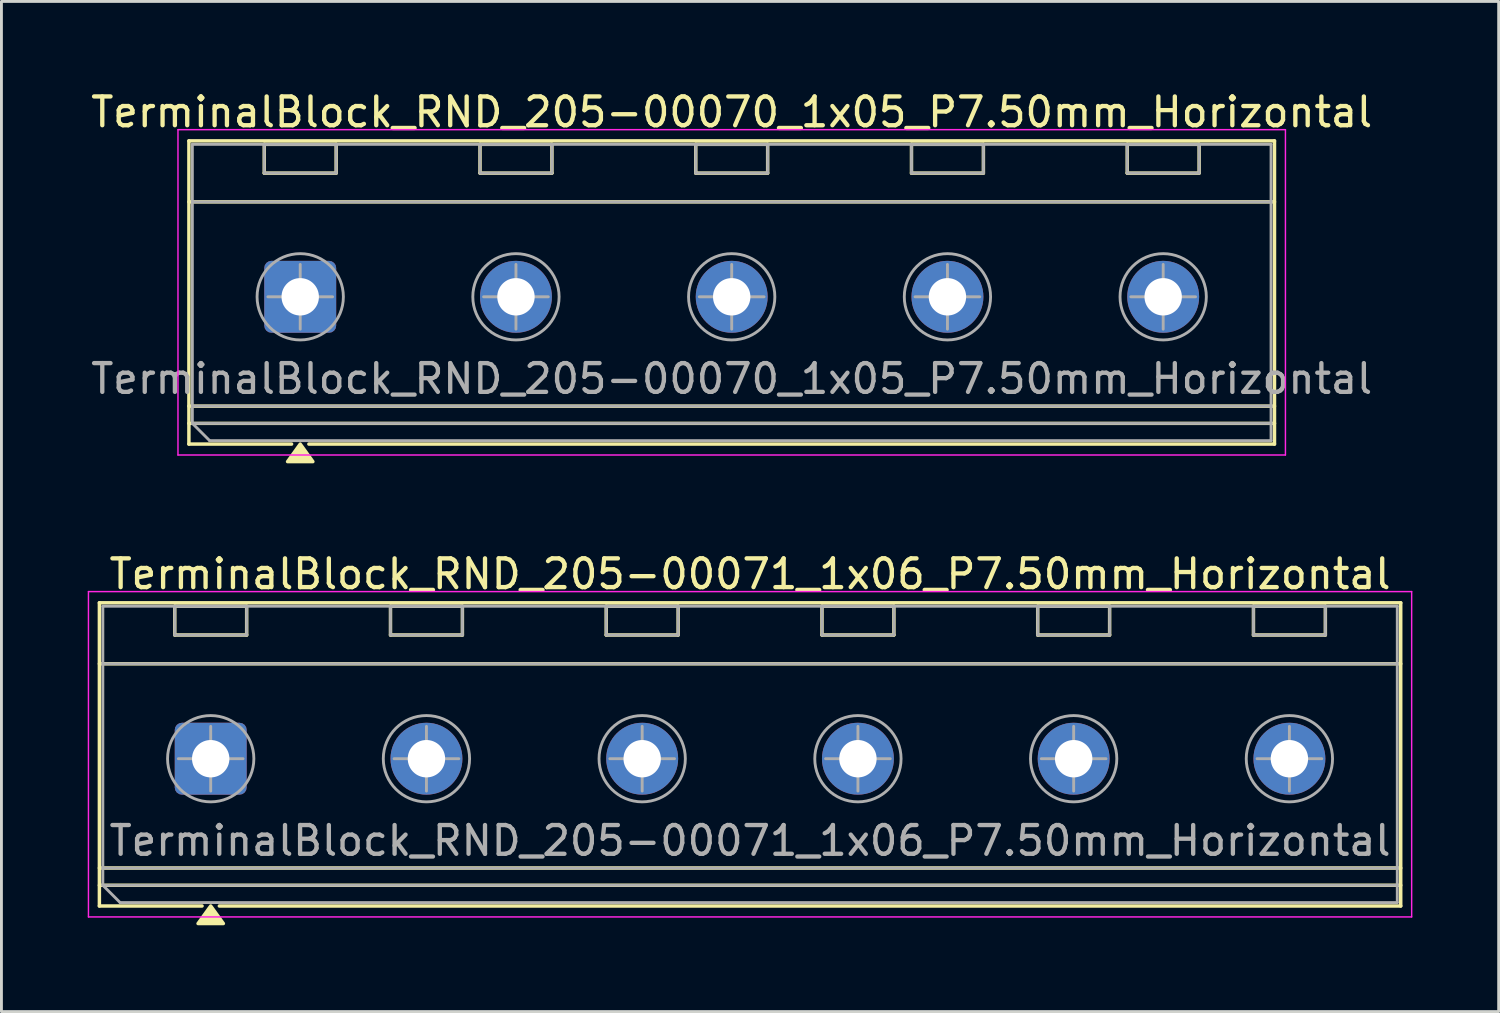
<source format=kicad_pcb>
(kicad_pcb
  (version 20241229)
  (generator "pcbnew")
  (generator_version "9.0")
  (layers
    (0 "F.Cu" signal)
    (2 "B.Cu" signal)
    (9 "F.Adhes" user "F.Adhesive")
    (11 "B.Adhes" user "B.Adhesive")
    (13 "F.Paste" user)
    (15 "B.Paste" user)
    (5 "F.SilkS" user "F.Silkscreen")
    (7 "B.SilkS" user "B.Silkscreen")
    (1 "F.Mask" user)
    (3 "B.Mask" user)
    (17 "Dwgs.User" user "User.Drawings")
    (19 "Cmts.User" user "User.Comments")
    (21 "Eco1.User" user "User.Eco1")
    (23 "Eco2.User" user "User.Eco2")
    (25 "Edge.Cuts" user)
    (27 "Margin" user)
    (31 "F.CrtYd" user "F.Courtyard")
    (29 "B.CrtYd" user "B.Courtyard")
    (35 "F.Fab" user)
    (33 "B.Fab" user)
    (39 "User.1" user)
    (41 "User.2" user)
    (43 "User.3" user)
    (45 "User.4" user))
  (footprint "TerminalBlock_RND_205-00070_1x05_P7.50mm_Horizontal"
    (layer "F.Cu")
    (at 7.387 7.268)
    (property "Reference" "TerminalBlock_RND_205-00070_1x05_P7.50mm_Horizontal" (at 15 -6.42 0) (layer "F.SilkS") (effects (font (size 1 1) (thickness 0.15))))
    (attr through_hole)
    (fp_line (start -3.87 -5.42) (end -3.87 5.12) (stroke (width 0.12) (type solid)) (layer "F.SilkS"))
    (fp_line (start -3.87 -5.42) (end 33.87 -5.42) (stroke (width 0.12) (type solid)) (layer "F.SilkS"))
    (fp_line (start -3.87 -3.3) (end 33.87 -3.3) (stroke (width 0.12) (type solid)) (layer "F.SilkS"))
    (fp_line (start -3.87 3.8) (end 33.87 3.8) (stroke (width 0.12) (type solid)) (layer "F.SilkS"))
    (fp_line (start -3.87 4.4) (end 33.87 4.4) (stroke (width 0.12) (type solid)) (layer "F.SilkS"))
    (fp_line (start -3.87 5.12) (end -0.3 5.12) (stroke (width 0.12) (type solid)) (layer "F.SilkS"))
    (fp_line (start -1.25 -5.3) (end -1.25 -4.3) (stroke (width 0.12) (type solid)) (layer "F.SilkS"))
    (fp_line (start -1.25 -5.3) (end 1.25 -5.3) (stroke (width 0.12) (type solid)) (layer "F.SilkS"))
    (fp_line (start -1.25 -4.3) (end 1.25 -4.3) (stroke (width 0.12) (type solid)) (layer "F.SilkS"))
    (fp_line (start 0.3 5.12) (end 33.87 5.12) (stroke (width 0.12) (type solid)) (layer "F.SilkS"))
    (fp_line (start 1.25 -5.3) (end 1.25 -4.3) (stroke (width 0.12) (type solid)) (layer "F.SilkS"))
    (fp_line (start 6.25 -5.3) (end 6.25 -4.3) (stroke (width 0.12) (type solid)) (layer "F.SilkS"))
    (fp_line (start 6.25 -5.3) (end 8.75 -5.3) (stroke (width 0.12) (type solid)) (layer "F.SilkS"))
    (fp_line (start 6.25 -4.3) (end 8.75 -4.3) (stroke (width 0.12) (type solid)) (layer "F.SilkS"))
    (fp_line (start 8.75 -5.3) (end 8.75 -4.3) (stroke (width 0.12) (type solid)) (layer "F.SilkS"))
    (fp_line (start 13.75 -5.3) (end 13.75 -4.3) (stroke (width 0.12) (type solid)) (layer "F.SilkS"))
    (fp_line (start 13.75 -5.3) (end 16.25 -5.3) (stroke (width 0.12) (type solid)) (layer "F.SilkS"))
    (fp_line (start 13.75 -4.3) (end 16.25 -4.3) (stroke (width 0.12) (type solid)) (layer "F.SilkS"))
    (fp_line (start 16.25 -5.3) (end 16.25 -4.3) (stroke (width 0.12) (type solid)) (layer "F.SilkS"))
    (fp_line (start 21.25 -5.3) (end 21.25 -4.3) (stroke (width 0.12) (type solid)) (layer "F.SilkS"))
    (fp_line (start 21.25 -5.3) (end 23.75 -5.3) (stroke (width 0.12) (type solid)) (layer "F.SilkS"))
    (fp_line (start 21.25 -4.3) (end 23.75 -4.3) (stroke (width 0.12) (type solid)) (layer "F.SilkS"))
    (fp_line (start 23.75 -5.3) (end 23.75 -4.3) (stroke (width 0.12) (type solid)) (layer "F.SilkS"))
    (fp_line (start 28.75 -5.3) (end 28.75 -4.3) (stroke (width 0.12) (type solid)) (layer "F.SilkS"))
    (fp_line (start 28.75 -5.3) (end 31.25 -5.3) (stroke (width 0.12) (type solid)) (layer "F.SilkS"))
    (fp_line (start 28.75 -4.3) (end 31.25 -4.3) (stroke (width 0.12) (type solid)) (layer "F.SilkS"))
    (fp_line (start 31.25 -5.3) (end 31.25 -4.3) (stroke (width 0.12) (type solid)) (layer "F.SilkS"))
    (fp_line (start 33.87 -5.42) (end 33.87 5.12) (stroke (width 0.12) (type solid)) (layer "F.SilkS"))
    (fp_poly (pts (xy 0 5.12) (xy 0.44 5.73) (xy -0.44 5.73)) (stroke (width 0.12) (type solid)) (fill yes) (layer "F.SilkS"))
    (fp_line (start -4.25 -5.81) (end -4.25 5.5) (stroke (width 0.05) (type solid)) (layer "F.CrtYd"))
    (fp_line (start -4.25 5.5) (end 34.25 5.5) (stroke (width 0.05) (type solid)) (layer "F.CrtYd"))
    (fp_line (start 34.25 -5.81) (end -4.25 -5.81) (stroke (width 0.05) (type solid)) (layer "F.CrtYd"))
    (fp_line (start 34.25 5.5) (end 34.25 -5.81) (stroke (width 0.05) (type solid)) (layer "F.CrtYd"))
    (fp_line (start -3.75 -5.3) (end 33.75 -5.3) (stroke (width 0.1) (type solid)) (layer "F.Fab"))
    (fp_line (start -3.75 -3.3) (end 33.75 -3.3) (stroke (width 0.1) (type solid)) (layer "F.Fab"))
    (fp_line (start -3.75 3.8) (end 33.75 3.8) (stroke (width 0.1) (type solid)) (layer "F.Fab"))
    (fp_line (start -3.75 4.4) (end -3.75 -5.3) (stroke (width 0.1) (type solid)) (layer "F.Fab"))
    (fp_line (start -3.75 4.4) (end 33.75 4.4) (stroke (width 0.1) (type solid)) (layer "F.Fab"))
    (fp_line (start -3.15 5) (end -3.75 4.4) (stroke (width 0.1) (type solid)) (layer "F.Fab"))
    (fp_line (start -1.25 -5.3) (end -1.25 -4.3) (stroke (width 0.1) (type solid)) (layer "F.Fab"))
    (fp_line (start -1.25 -4.3) (end 1.25 -4.3) (stroke (width 0.1) (type solid)) (layer "F.Fab"))
    (fp_line (start -1.125 0) (end 1.125 0) (stroke (width 0.1) (type solid)) (layer "F.Fab"))
    (fp_line (start 0 -1.125) (end 0 1.125) (stroke (width 0.1) (type solid)) (layer "F.Fab"))
    (fp_line (start 1.25 -5.3) (end -1.25 -5.3) (stroke (width 0.1) (type solid)) (layer "F.Fab"))
    (fp_line (start 1.25 -4.3) (end 1.25 -5.3) (stroke (width 0.1) (type solid)) (layer "F.Fab"))
    (fp_line (start 6.25 -5.3) (end 6.25 -4.3) (stroke (width 0.1) (type solid)) (layer "F.Fab"))
    (fp_line (start 6.25 -4.3) (end 8.75 -4.3) (stroke (width 0.1) (type solid)) (layer "F.Fab"))
    (fp_line (start 6.375 0) (end 8.625 0) (stroke (width 0.1) (type solid)) (layer "F.Fab"))
    (fp_line (start 7.5 -1.125) (end 7.5 1.125) (stroke (width 0.1) (type solid)) (layer "F.Fab"))
    (fp_line (start 8.75 -5.3) (end 6.25 -5.3) (stroke (width 0.1) (type solid)) (layer "F.Fab"))
    (fp_line (start 8.75 -4.3) (end 8.75 -5.3) (stroke (width 0.1) (type solid)) (layer "F.Fab"))
    (fp_line (start 13.75 -5.3) (end 13.75 -4.3) (stroke (width 0.1) (type solid)) (layer "F.Fab"))
    (fp_line (start 13.75 -4.3) (end 16.25 -4.3) (stroke (width 0.1) (type solid)) (layer "F.Fab"))
    (fp_line (start 13.875 0) (end 16.125 0) (stroke (width 0.1) (type solid)) (layer "F.Fab"))
    (fp_line (start 15 -1.125) (end 15 1.125) (stroke (width 0.1) (type solid)) (layer "F.Fab"))
    (fp_line (start 16.25 -5.3) (end 13.75 -5.3) (stroke (width 0.1) (type solid)) (layer "F.Fab"))
    (fp_line (start 16.25 -4.3) (end 16.25 -5.3) (stroke (width 0.1) (type solid)) (layer "F.Fab"))
    (fp_line (start 21.25 -5.3) (end 21.25 -4.3) (stroke (width 0.1) (type solid)) (layer "F.Fab"))
    (fp_line (start 21.25 -4.3) (end 23.75 -4.3) (stroke (width 0.1) (type solid)) (layer "F.Fab"))
    (fp_line (start 21.375 0) (end 23.625 0) (stroke (width 0.1) (type solid)) (layer "F.Fab"))
    (fp_line (start 22.5 -1.125) (end 22.5 1.125) (stroke (width 0.1) (type solid)) (layer "F.Fab"))
    (fp_line (start 23.75 -5.3) (end 21.25 -5.3) (stroke (width 0.1) (type solid)) (layer "F.Fab"))
    (fp_line (start 23.75 -4.3) (end 23.75 -5.3) (stroke (width 0.1) (type solid)) (layer "F.Fab"))
    (fp_line (start 28.75 -5.3) (end 28.75 -4.3) (stroke (width 0.1) (type solid)) (layer "F.Fab"))
    (fp_line (start 28.75 -4.3) (end 31.25 -4.3) (stroke (width 0.1) (type solid)) (layer "F.Fab"))
    (fp_line (start 28.875 0) (end 31.125 0) (stroke (width 0.1) (type solid)) (layer "F.Fab"))
    (fp_line (start 30 -1.125) (end 30 1.125) (stroke (width 0.1) (type solid)) (layer "F.Fab"))
    (fp_line (start 31.25 -5.3) (end 28.75 -5.3) (stroke (width 0.1) (type solid)) (layer "F.Fab"))
    (fp_line (start 31.25 -4.3) (end 31.25 -5.3) (stroke (width 0.1) (type solid)) (layer "F.Fab"))
    (fp_line (start 33.75 -5.3) (end 33.75 5) (stroke (width 0.1) (type solid)) (layer "F.Fab"))
    (fp_line (start 33.75 5) (end -3.15 5) (stroke (width 0.1) (type solid)) (layer "F.Fab"))
    (fp_circle (center 0 0) (end 1.5 0) (stroke (width 0.1) (type solid)) (fill no) (layer "F.Fab"))
    (fp_circle (center 7.5 0) (end 9 0) (stroke (width 0.1) (type solid)) (fill no) (layer "F.Fab"))
    (fp_circle (center 15 0) (end 16.5 0) (stroke (width 0.1) (type solid)) (fill no) (layer "F.Fab"))
    (fp_circle (center 22.5 0) (end 24 0) (stroke (width 0.1) (type solid)) (fill no) (layer "F.Fab"))
    (fp_circle (center 30 0) (end 31.5 0) (stroke (width 0.1) (type solid)) (fill no) (layer "F.Fab"))
    (fp_text user "${REFERENCE}" (at 15 2.85 0) (layer "F.Fab") (effects (font (size 1 1) (thickness 0.15))))
    (pad "1" thru_hole roundrect (at 0 0) (size 2.5 2.5) (drill 1.3) (layers "*.Cu" "*.Mask") (roundrect_rratio 0.1))
    (pad "2" thru_hole circle (at 7.5 0) (size 2.5 2.5) (drill 1.3) (layers "*.Cu" "*.Mask"))
    (pad "3" thru_hole circle (at 15 0) (size 2.5 2.5) (drill 1.3) (layers "*.Cu" "*.Mask"))
    (pad "4" thru_hole circle (at 22.5 0) (size 2.5 2.5) (drill 1.3) (layers "*.Cu" "*.Mask"))
    (pad "5" thru_hole circle (at 30 0) (size 2.5 2.5) (drill 1.3) (layers "*.Cu" "*.Mask")))
  (footprint "TerminalBlock_RND_205-00071_1x06_P7.50mm_Horizontal"
    (layer "F.Cu")
    (at 4.275 23.326)
    (property "Reference" "TerminalBlock_RND_205-00071_1x06_P7.50mm_Horizontal" (at 18.75 -6.42 0) (layer "F.SilkS") (effects (font (size 1 1) (thickness 0.15))))
    (attr through_hole)
    (fp_line (start -3.87 -5.42) (end -3.87 5.12) (stroke (width 0.12) (type solid)) (layer "F.SilkS"))
    (fp_line (start -3.87 -5.42) (end 41.37 -5.42) (stroke (width 0.12) (type solid)) (layer "F.SilkS"))
    (fp_line (start -3.87 -3.3) (end 41.37 -3.3) (stroke (width 0.12) (type solid)) (layer "F.SilkS"))
    (fp_line (start -3.87 3.8) (end 41.37 3.8) (stroke (width 0.12) (type solid)) (layer "F.SilkS"))
    (fp_line (start -3.87 4.4) (end 41.37 4.4) (stroke (width 0.12) (type solid)) (layer "F.SilkS"))
    (fp_line (start -3.87 5.12) (end -0.3 5.12) (stroke (width 0.12) (type solid)) (layer "F.SilkS"))
    (fp_line (start -1.25 -5.3) (end -1.25 -4.3) (stroke (width 0.12) (type solid)) (layer "F.SilkS"))
    (fp_line (start -1.25 -5.3) (end 1.25 -5.3) (stroke (width 0.12) (type solid)) (layer "F.SilkS"))
    (fp_line (start -1.25 -4.3) (end 1.25 -4.3) (stroke (width 0.12) (type solid)) (layer "F.SilkS"))
    (fp_line (start 0.3 5.12) (end 41.37 5.12) (stroke (width 0.12) (type solid)) (layer "F.SilkS"))
    (fp_line (start 1.25 -5.3) (end 1.25 -4.3) (stroke (width 0.12) (type solid)) (layer "F.SilkS"))
    (fp_line (start 6.25 -5.3) (end 6.25 -4.3) (stroke (width 0.12) (type solid)) (layer "F.SilkS"))
    (fp_line (start 6.25 -5.3) (end 8.75 -5.3) (stroke (width 0.12) (type solid)) (layer "F.SilkS"))
    (fp_line (start 6.25 -4.3) (end 8.75 -4.3) (stroke (width 0.12) (type solid)) (layer "F.SilkS"))
    (fp_line (start 8.75 -5.3) (end 8.75 -4.3) (stroke (width 0.12) (type solid)) (layer "F.SilkS"))
    (fp_line (start 13.75 -5.3) (end 13.75 -4.3) (stroke (width 0.12) (type solid)) (layer "F.SilkS"))
    (fp_line (start 13.75 -5.3) (end 16.25 -5.3) (stroke (width 0.12) (type solid)) (layer "F.SilkS"))
    (fp_line (start 13.75 -4.3) (end 16.25 -4.3) (stroke (width 0.12) (type solid)) (layer "F.SilkS"))
    (fp_line (start 16.25 -5.3) (end 16.25 -4.3) (stroke (width 0.12) (type solid)) (layer "F.SilkS"))
    (fp_line (start 21.25 -5.3) (end 21.25 -4.3) (stroke (width 0.12) (type solid)) (layer "F.SilkS"))
    (fp_line (start 21.25 -5.3) (end 23.75 -5.3) (stroke (width 0.12) (type solid)) (layer "F.SilkS"))
    (fp_line (start 21.25 -4.3) (end 23.75 -4.3) (stroke (width 0.12) (type solid)) (layer "F.SilkS"))
    (fp_line (start 23.75 -5.3) (end 23.75 -4.3) (stroke (width 0.12) (type solid)) (layer "F.SilkS"))
    (fp_line (start 28.75 -5.3) (end 28.75 -4.3) (stroke (width 0.12) (type solid)) (layer "F.SilkS"))
    (fp_line (start 28.75 -5.3) (end 31.25 -5.3) (stroke (width 0.12) (type solid)) (layer "F.SilkS"))
    (fp_line (start 28.75 -4.3) (end 31.25 -4.3) (stroke (width 0.12) (type solid)) (layer "F.SilkS"))
    (fp_line (start 31.25 -5.3) (end 31.25 -4.3) (stroke (width 0.12) (type solid)) (layer "F.SilkS"))
    (fp_line (start 36.25 -5.3) (end 36.25 -4.3) (stroke (width 0.12) (type solid)) (layer "F.SilkS"))
    (fp_line (start 36.25 -5.3) (end 38.75 -5.3) (stroke (width 0.12) (type solid)) (layer "F.SilkS"))
    (fp_line (start 36.25 -4.3) (end 38.75 -4.3) (stroke (width 0.12) (type solid)) (layer "F.SilkS"))
    (fp_line (start 38.75 -5.3) (end 38.75 -4.3) (stroke (width 0.12) (type solid)) (layer "F.SilkS"))
    (fp_line (start 41.37 -5.42) (end 41.37 5.12) (stroke (width 0.12) (type solid)) (layer "F.SilkS"))
    (fp_poly (pts (xy 0 5.12) (xy 0.44 5.73) (xy -0.44 5.73)) (stroke (width 0.12) (type solid)) (fill yes) (layer "F.SilkS"))
    (fp_line (start -4.25 -5.81) (end -4.25 5.5) (stroke (width 0.05) (type solid)) (layer "F.CrtYd"))
    (fp_line (start -4.25 5.5) (end 41.75 5.5) (stroke (width 0.05) (type solid)) (layer "F.CrtYd"))
    (fp_line (start 41.75 -5.81) (end -4.25 -5.81) (stroke (width 0.05) (type solid)) (layer "F.CrtYd"))
    (fp_line (start 41.75 5.5) (end 41.75 -5.81) (stroke (width 0.05) (type solid)) (layer "F.CrtYd"))
    (fp_line (start -3.75 -5.3) (end 41.25 -5.3) (stroke (width 0.1) (type solid)) (layer "F.Fab"))
    (fp_line (start -3.75 -3.3) (end 41.25 -3.3) (stroke (width 0.1) (type solid)) (layer "F.Fab"))
    (fp_line (start -3.75 3.8) (end 41.25 3.8) (stroke (width 0.1) (type solid)) (layer "F.Fab"))
    (fp_line (start -3.75 4.4) (end -3.75 -5.3) (stroke (width 0.1) (type solid)) (layer "F.Fab"))
    (fp_line (start -3.75 4.4) (end 41.25 4.4) (stroke (width 0.1) (type solid)) (layer "F.Fab"))
    (fp_line (start -3.15 5) (end -3.75 4.4) (stroke (width 0.1) (type solid)) (layer "F.Fab"))
    (fp_line (start -1.25 -5.3) (end -1.25 -4.3) (stroke (width 0.1) (type solid)) (layer "F.Fab"))
    (fp_line (start -1.25 -4.3) (end 1.25 -4.3) (stroke (width 0.1) (type solid)) (layer "F.Fab"))
    (fp_line (start -1.125 0) (end 1.125 0) (stroke (width 0.1) (type solid)) (layer "F.Fab"))
    (fp_line (start 0 -1.125) (end 0 1.125) (stroke (width 0.1) (type solid)) (layer "F.Fab"))
    (fp_line (start 1.25 -5.3) (end -1.25 -5.3) (stroke (width 0.1) (type solid)) (layer "F.Fab"))
    (fp_line (start 1.25 -4.3) (end 1.25 -5.3) (stroke (width 0.1) (type solid)) (layer "F.Fab"))
    (fp_line (start 6.25 -5.3) (end 6.25 -4.3) (stroke (width 0.1) (type solid)) (layer "F.Fab"))
    (fp_line (start 6.25 -4.3) (end 8.75 -4.3) (stroke (width 0.1) (type solid)) (layer "F.Fab"))
    (fp_line (start 6.375 0) (end 8.625 0) (stroke (width 0.1) (type solid)) (layer "F.Fab"))
    (fp_line (start 7.5 -1.125) (end 7.5 1.125) (stroke (width 0.1) (type solid)) (layer "F.Fab"))
    (fp_line (start 8.75 -5.3) (end 6.25 -5.3) (stroke (width 0.1) (type solid)) (layer "F.Fab"))
    (fp_line (start 8.75 -4.3) (end 8.75 -5.3) (stroke (width 0.1) (type solid)) (layer "F.Fab"))
    (fp_line (start 13.75 -5.3) (end 13.75 -4.3) (stroke (width 0.1) (type solid)) (layer "F.Fab"))
    (fp_line (start 13.75 -4.3) (end 16.25 -4.3) (stroke (width 0.1) (type solid)) (layer "F.Fab"))
    (fp_line (start 13.875 0) (end 16.125 0) (stroke (width 0.1) (type solid)) (layer "F.Fab"))
    (fp_line (start 15 -1.125) (end 15 1.125) (stroke (width 0.1) (type solid)) (layer "F.Fab"))
    (fp_line (start 16.25 -5.3) (end 13.75 -5.3) (stroke (width 0.1) (type solid)) (layer "F.Fab"))
    (fp_line (start 16.25 -4.3) (end 16.25 -5.3) (stroke (width 0.1) (type solid)) (layer "F.Fab"))
    (fp_line (start 21.25 -5.3) (end 21.25 -4.3) (stroke (width 0.1) (type solid)) (layer "F.Fab"))
    (fp_line (start 21.25 -4.3) (end 23.75 -4.3) (stroke (width 0.1) (type solid)) (layer "F.Fab"))
    (fp_line (start 21.375 0) (end 23.625 0) (stroke (width 0.1) (type solid)) (layer "F.Fab"))
    (fp_line (start 22.5 -1.125) (end 22.5 1.125) (stroke (width 0.1) (type solid)) (layer "F.Fab"))
    (fp_line (start 23.75 -5.3) (end 21.25 -5.3) (stroke (width 0.1) (type solid)) (layer "F.Fab"))
    (fp_line (start 23.75 -4.3) (end 23.75 -5.3) (stroke (width 0.1) (type solid)) (layer "F.Fab"))
    (fp_line (start 28.75 -5.3) (end 28.75 -4.3) (stroke (width 0.1) (type solid)) (layer "F.Fab"))
    (fp_line (start 28.75 -4.3) (end 31.25 -4.3) (stroke (width 0.1) (type solid)) (layer "F.Fab"))
    (fp_line (start 28.875 0) (end 31.125 0) (stroke (width 0.1) (type solid)) (layer "F.Fab"))
    (fp_line (start 30 -1.125) (end 30 1.125) (stroke (width 0.1) (type solid)) (layer "F.Fab"))
    (fp_line (start 31.25 -5.3) (end 28.75 -5.3) (stroke (width 0.1) (type solid)) (layer "F.Fab"))
    (fp_line (start 31.25 -4.3) (end 31.25 -5.3) (stroke (width 0.1) (type solid)) (layer "F.Fab"))
    (fp_line (start 36.25 -5.3) (end 36.25 -4.3) (stroke (width 0.1) (type solid)) (layer "F.Fab"))
    (fp_line (start 36.25 -4.3) (end 38.75 -4.3) (stroke (width 0.1) (type solid)) (layer "F.Fab"))
    (fp_line (start 36.375 0) (end 38.625 0) (stroke (width 0.1) (type solid)) (layer "F.Fab"))
    (fp_line (start 37.5 -1.125) (end 37.5 1.125) (stroke (width 0.1) (type solid)) (layer "F.Fab"))
    (fp_line (start 38.75 -5.3) (end 36.25 -5.3) (stroke (width 0.1) (type solid)) (layer "F.Fab"))
    (fp_line (start 38.75 -4.3) (end 38.75 -5.3) (stroke (width 0.1) (type solid)) (layer "F.Fab"))
    (fp_line (start 41.25 -5.3) (end 41.25 5) (stroke (width 0.1) (type solid)) (layer "F.Fab"))
    (fp_line (start 41.25 5) (end -3.15 5) (stroke (width 0.1) (type solid)) (layer "F.Fab"))
    (fp_circle (center 0 0) (end 1.5 0) (stroke (width 0.1) (type solid)) (fill no) (layer "F.Fab"))
    (fp_circle (center 7.5 0) (end 9 0) (stroke (width 0.1) (type solid)) (fill no) (layer "F.Fab"))
    (fp_circle (center 15 0) (end 16.5 0) (stroke (width 0.1) (type solid)) (fill no) (layer "F.Fab"))
    (fp_circle (center 22.5 0) (end 24 0) (stroke (width 0.1) (type solid)) (fill no) (layer "F.Fab"))
    (fp_circle (center 30 0) (end 31.5 0) (stroke (width 0.1) (type solid)) (fill no) (layer "F.Fab"))
    (fp_circle (center 37.5 0) (end 39 0) (stroke (width 0.1) (type solid)) (fill no) (layer "F.Fab"))
    (fp_text user "${REFERENCE}" (at 18.75 2.85 0) (layer "F.Fab") (effects (font (size 1 1) (thickness 0.15))))
    (pad "1" thru_hole roundrect (at 0 0) (size 2.5 2.5) (drill 1.3) (layers "*.Cu" "*.Mask") (roundrect_rratio 0.1))
    (pad "2" thru_hole circle (at 7.5 0) (size 2.5 2.5) (drill 1.3) (layers "*.Cu" "*.Mask"))
    (pad "3" thru_hole circle (at 15 0) (size 2.5 2.5) (drill 1.3) (layers "*.Cu" "*.Mask"))
    (pad "4" thru_hole circle (at 22.5 0) (size 2.5 2.5) (drill 1.3) (layers "*.Cu" "*.Mask"))
    (pad "5" thru_hole circle (at 30 0) (size 2.5 2.5) (drill 1.3) (layers "*.Cu" "*.Mask"))
    (pad "6" thru_hole circle (at 37.5 0) (size 2.5 2.5) (drill 1.3) (layers "*.Cu" "*.Mask")))
  (gr_rect
    (start -3 -3)
    (end 49.05 32.117)
    (stroke (width 0.1) (type default))
    (fill no)
    (layer "Edge.Cuts")))
</source>
